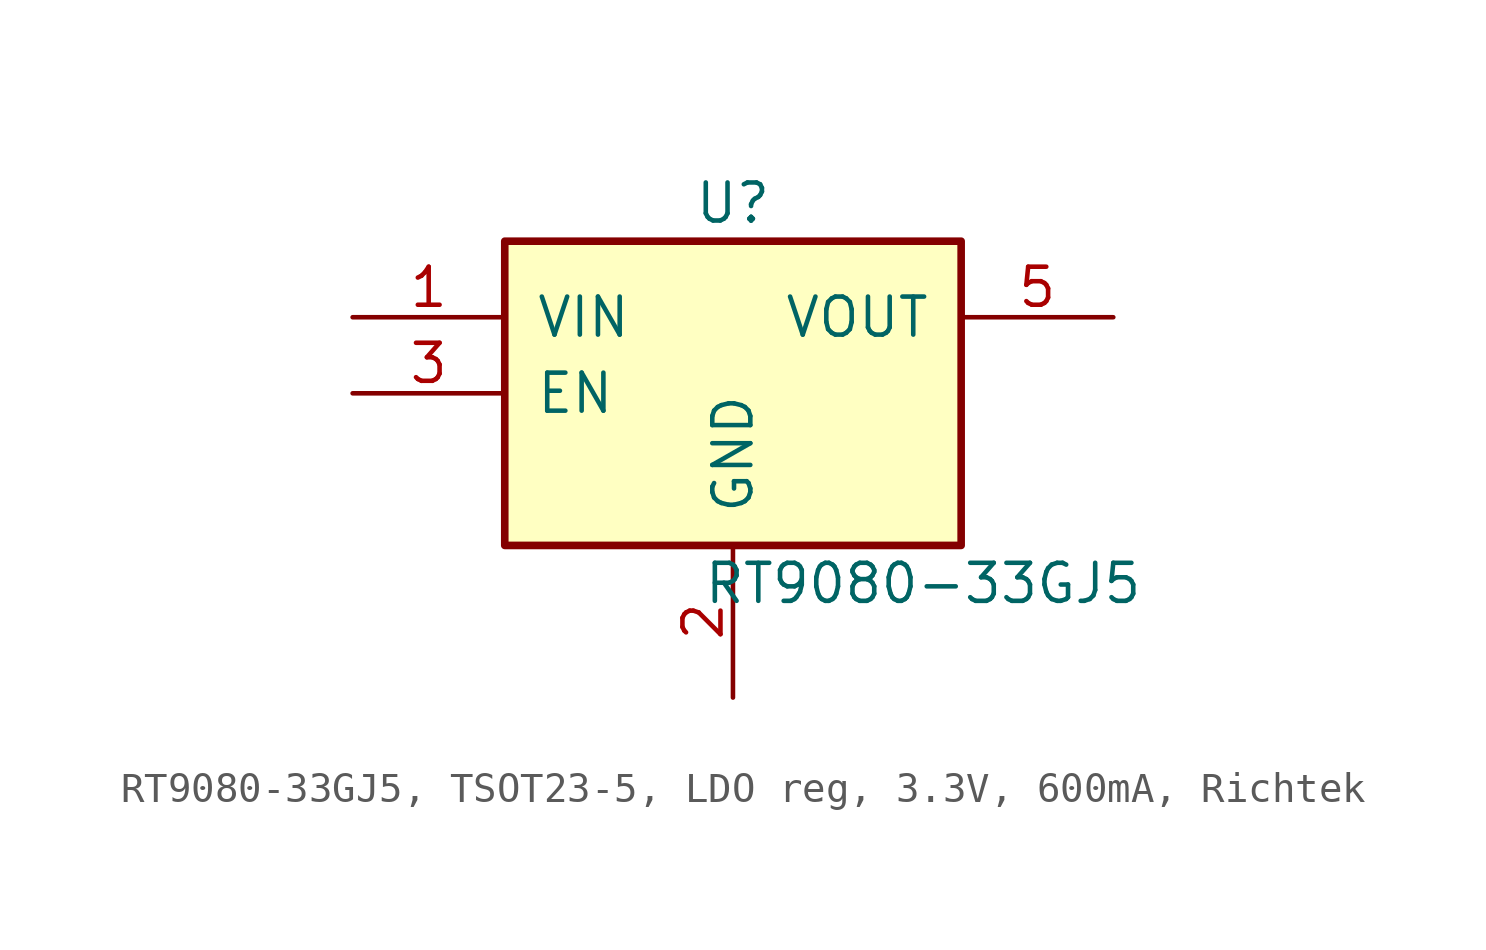
<source format=kicad_sym>
(kicad_symbol_lib
  (version 20241209)
  (generator "kicad_symbol_editor")
  (generator_version "9.0")
  (symbol "RT9080-33GJ5, TSOT23-5, LDO reg, 3.3V, 600mA, Richtek"
    (pin_names
      (offset 1.016))
    (property "Reference" "U"
      (at 0 6.35 0)
      (effects (font (size 1.27 1.27))))
    (property "Value" "RT9080-33GJ5"
      (at 6.35 -6.35 0)
      (effects (font (size 1.27 1.27))))
    (symbol "RT9080-33GJ5, TSOT23-5, LDO reg, 3.3V, 600mA, Richtek_0_1"
      (rectangle (start -7.62 5.08) (end 7.62 -5.08) (stroke (width 0.254) (type default)) (fill (type background))))
    (symbol "RT9080-33GJ5, TSOT23-5, LDO reg, 3.3V, 600mA, Richtek_1_1"
      (pin power_in line (at -12.7 2.54 0) (length 5.08) (name "VIN" (effects (font (size 1.27 1.27)))) (number "1" (effects (font (size 1.27 1.27)))))
      (pin input line (at -12.7 0 0) (length 5.08) (name "EN" (effects (font (size 1.27 1.27)))) (number "3" (effects (font (size 1.27 1.27)))))
      (pin no_connect line (at -5.08 -10.16 90) (length 5.08) (hide yes) (name "N.C." (effects (font (size 1.27 1.27)))) (number "4" (effects (font (size 1.27 1.27)))))
      (pin passive line (at 0 -10.16 90) (length 5.08) (name "GND" (effects (font (size 1.27 1.27)))) (number "2" (effects (font (size 1.27 1.27)))))
      (pin power_out line (at 12.7 2.54 180) (length 5.08) (name "VOUT" (effects (font (size 1.27 1.27)))) (number "5" (effects (font (size 1.27 1.27))))))))
</source>
